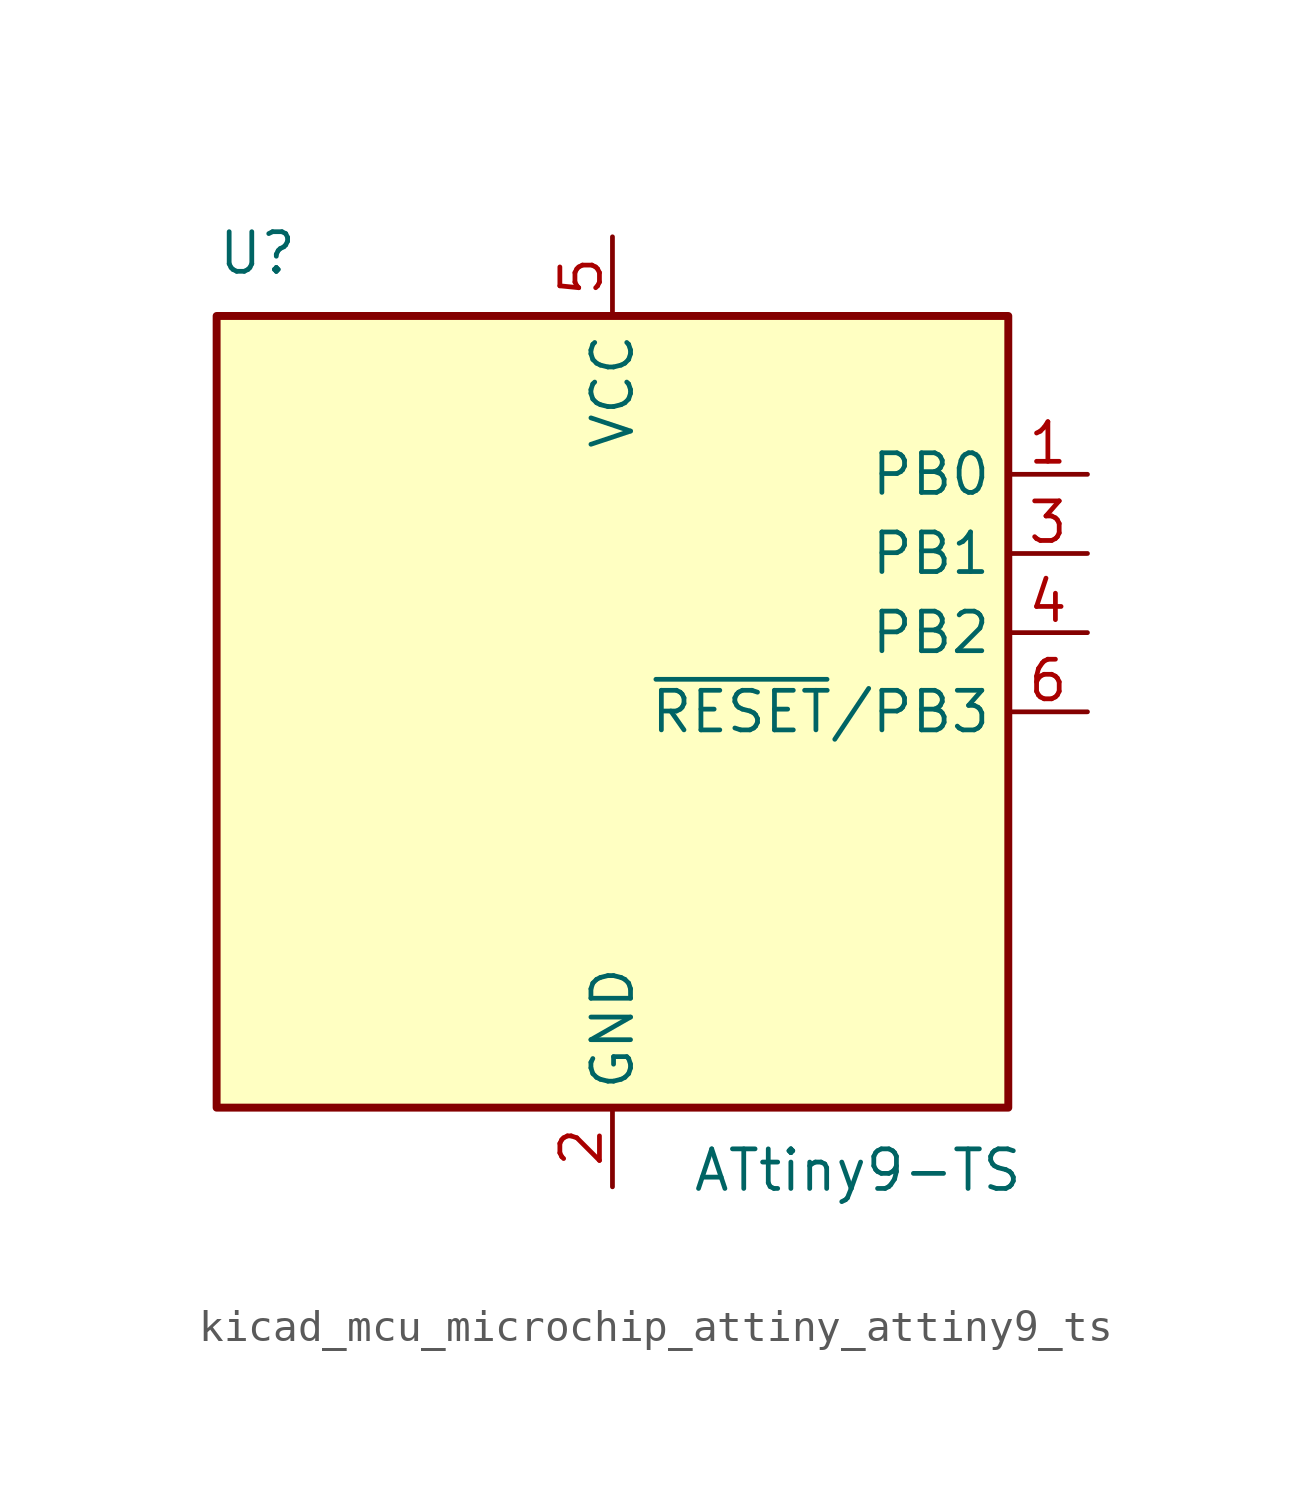
<source format=kicad_sym>
(kicad_symbol_lib
  (version 20220914)
  (generator kicad_symbol_editor)
  (symbol "kicad_mcu_microchip_attiny_attiny9_ts"
    (property "Reference" "U"
      (at -12.7 13.97 0)
      (effects (font (size 1.27 1.27)) (justify left bottom)))
    (property "Value" "ATtiny9-TS"
      (at 2.54 -13.97 0)
      (effects (font (size 1.27 1.27)) (justify left top)))
    (symbol "kicad_mcu_microchip_attiny_attiny9_ts_0_1"
      (rectangle (start -12.7 -12.7) (end 12.7 12.7) (stroke (width 0.254) (type default)) (fill (type background))))
    (symbol "kicad_mcu_microchip_attiny_attiny9_ts_1_1"
      (pin bidirectional line (at 15.24 7.62 180) (length 2.54) (name "PB0" (effects (font (size 1.27 1.27)))) (number "1" (effects (font (size 1.27 1.27)))))
      (pin power_in line (at 0 -15.24 90) (length 2.54) (name "GND" (effects (font (size 1.27 1.27)))) (number "2" (effects (font (size 1.27 1.27)))))
      (pin bidirectional line (at 15.24 5.08 180) (length 2.54) (name "PB1" (effects (font (size 1.27 1.27)))) (number "3" (effects (font (size 1.27 1.27)))))
      (pin bidirectional line (at 15.24 2.54 180) (length 2.54) (name "PB2" (effects (font (size 1.27 1.27)))) (number "4" (effects (font (size 1.27 1.27)))))
      (pin power_in line (at 0 15.24 270) (length 2.54) (name "VCC" (effects (font (size 1.27 1.27)))) (number "5" (effects (font (size 1.27 1.27)))))
      (pin bidirectional line (at 15.24 0 180) (length 2.54) (name "~{RESET}/PB3" (effects (font (size 1.27 1.27)))) (number "6" (effects (font (size 1.27 1.27))))))))
</source>
